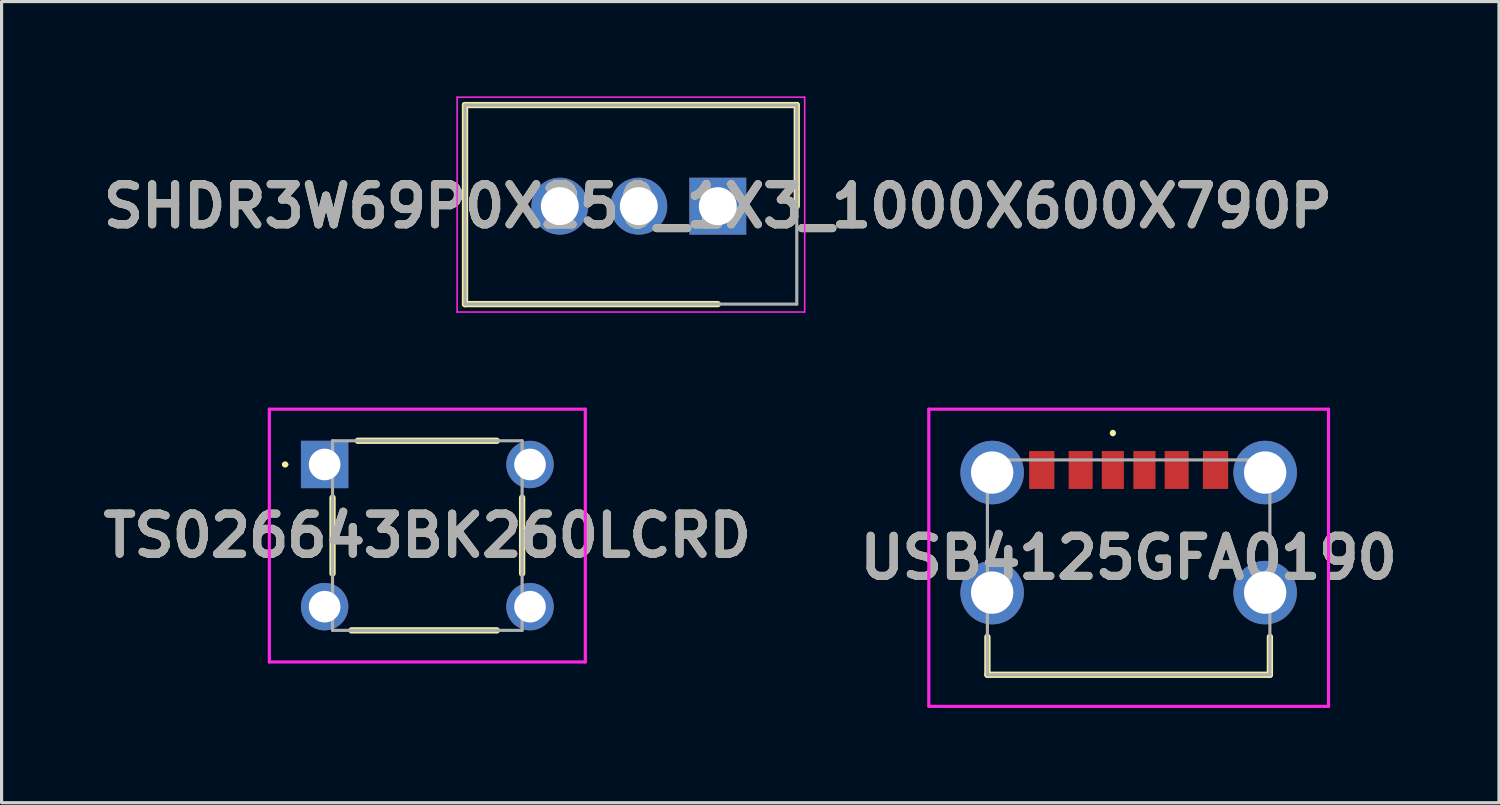
<source format=kicad_pcb>
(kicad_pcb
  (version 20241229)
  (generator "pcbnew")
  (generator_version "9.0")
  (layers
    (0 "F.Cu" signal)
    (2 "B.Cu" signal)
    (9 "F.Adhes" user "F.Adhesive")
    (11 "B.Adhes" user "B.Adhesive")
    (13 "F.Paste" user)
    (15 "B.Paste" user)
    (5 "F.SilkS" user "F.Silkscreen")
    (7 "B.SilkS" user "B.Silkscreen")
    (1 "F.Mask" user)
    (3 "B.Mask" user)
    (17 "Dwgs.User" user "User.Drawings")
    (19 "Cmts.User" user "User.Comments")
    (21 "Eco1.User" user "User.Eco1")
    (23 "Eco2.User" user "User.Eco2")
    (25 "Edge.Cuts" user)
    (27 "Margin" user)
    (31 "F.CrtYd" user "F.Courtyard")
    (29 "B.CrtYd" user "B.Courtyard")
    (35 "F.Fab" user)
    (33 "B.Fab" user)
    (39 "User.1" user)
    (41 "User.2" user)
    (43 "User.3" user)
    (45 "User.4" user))
  (footprint "TS026643BK260LCRD"
    (layer "F.Cu")
    (at 7.224 11.65)
    (property "Reference" "TS026643BK260LCRD" (at 3.25 2.25 0) (layer "F.SilkS") (effects (font (size 1.27 1.27) (thickness 0.254))))
    (attr through_hole)
    (fp_line (start -1.3 0) (end -1.3 0) (stroke (width 0.1) (type solid)) (layer "F.SilkS"))
    (fp_line (start -1.2 0) (end -1.2 0) (stroke (width 0.1) (type solid)) (layer "F.SilkS"))
    (fp_line (start 0.25 1.05) (end 0.25 3.45) (stroke (width 0.2) (type solid)) (layer "F.SilkS"))
    (fp_line (start 0.85 5.25) (end 5.45 5.25) (stroke (width 0.2) (type solid)) (layer "F.SilkS"))
    (fp_line (start 1.05 -0.75) (end 5.45 -0.75) (stroke (width 0.2) (type solid)) (layer "F.SilkS"))
    (fp_line (start 6.25 1.05) (end 6.25 3.45) (stroke (width 0.2) (type solid)) (layer "F.SilkS"))
    (fp_arc (start -1.3 0) (mid -1.25 -0.05) (end -1.2 0) (stroke (width 0.1) (type solid)) (layer "F.SilkS"))
    (fp_arc (start -1.2 0) (mid -1.25 0.05) (end -1.3 0) (stroke (width 0.1) (type solid)) (layer "F.SilkS"))
    (fp_line (start -1.75 -1.75) (end 8.25 -1.75) (stroke (width 0.1) (type solid)) (layer "F.CrtYd"))
    (fp_line (start -1.75 6.25) (end -1.75 -1.75) (stroke (width 0.1) (type solid)) (layer "F.CrtYd"))
    (fp_line (start 8.25 -1.75) (end 8.25 6.25) (stroke (width 0.1) (type solid)) (layer "F.CrtYd"))
    (fp_line (start 8.25 6.25) (end -1.75 6.25) (stroke (width 0.1) (type solid)) (layer "F.CrtYd"))
    (fp_line (start 0.25 -0.75) (end 6.25 -0.75) (stroke (width 0.1) (type solid)) (layer "F.Fab"))
    (fp_line (start 0.25 5.25) (end 0.25 -0.75) (stroke (width 0.1) (type solid)) (layer "F.Fab"))
    (fp_line (start 6.25 -0.75) (end 6.25 5.25) (stroke (width 0.1) (type solid)) (layer "F.Fab"))
    (fp_line (start 6.25 5.25) (end 0.25 5.25) (stroke (width 0.1) (type solid)) (layer "F.Fab"))
    (fp_text user "${REFERENCE}" (at 3.25 2.25 0) (layer "F.Fab") (effects (font (size 1.27 1.27) (thickness 0.254))))
    (pad "1" thru_hole rect (at 0 0) (size 1.5 1.5) (drill 1) (layers "*.Cu" "*.Mask"))
    (pad "2" thru_hole circle (at 6.5 0) (size 1.5 1.5) (drill 1) (layers "*.Cu" "*.Mask"))
    (pad "3" thru_hole circle (at 0 4.5) (size 1.5 1.5) (drill 1) (layers "*.Cu" "*.Mask"))
    (pad "4" thru_hole circle (at 6.5 4.5) (size 1.5 1.5) (drill 1) (layers "*.Cu" "*.Mask")))
  (footprint "USB4125GFA0190"
    (layer "F.Cu")
    (at 32.67 14.905)
    (property "Reference" "USB4125GFA0190" (at 0 -0.303 0) (layer "F.SilkS") (effects (font (size 1.27 1.27) (thickness 0.254))))
    (attr through_hole)
    (fp_line (start -4.47 2.2) (end -4.47 3.4) (stroke (width 0.2) (type solid)) (layer "F.SilkS"))
    (fp_line (start -4.47 3.4) (end 4.47 3.4) (stroke (width 0.2) (type solid)) (layer "F.SilkS"))
    (fp_line (start -0.5 -4.3) (end -0.5 -4.3) (stroke (width 0.1) (type solid)) (layer "F.SilkS"))
    (fp_line (start -0.5 -4.2) (end -0.5 -4.2) (stroke (width 0.1) (type solid)) (layer "F.SilkS"))
    (fp_line (start 4.47 3.4) (end 4.47 2.2) (stroke (width 0.2) (type solid)) (layer "F.SilkS"))
    (fp_arc (start -0.5 -4.3) (mid -0.45 -4.25) (end -0.5 -4.2) (stroke (width 0.1) (type solid)) (layer "F.SilkS"))
    (fp_arc (start -0.5 -4.2) (mid -0.55 -4.25) (end -0.5 -4.3) (stroke (width 0.1) (type solid)) (layer "F.SilkS"))
    (fp_line (start -6.325 -5.005) (end 6.325 -5.005) (stroke (width 0.1) (type solid)) (layer "F.CrtYd"))
    (fp_line (start -6.325 4.4) (end -6.325 -5.005) (stroke (width 0.1) (type solid)) (layer "F.CrtYd"))
    (fp_line (start 6.325 -5.005) (end 6.325 4.4) (stroke (width 0.1) (type solid)) (layer "F.CrtYd"))
    (fp_line (start 6.325 4.4) (end -6.325 4.4) (stroke (width 0.1) (type solid)) (layer "F.CrtYd"))
    (fp_line (start -4.47 -3.4) (end 4.47 -3.4) (stroke (width 0.1) (type solid)) (layer "F.Fab"))
    (fp_line (start -4.47 3.4) (end -4.47 -3.4) (stroke (width 0.1) (type solid)) (layer "F.Fab"))
    (fp_line (start 4.47 -3.4) (end 4.47 3.4) (stroke (width 0.1) (type solid)) (layer "F.Fab"))
    (fp_line (start 4.47 3.4) (end -4.47 3.4) (stroke (width 0.1) (type solid)) (layer "F.Fab"))
    (fp_text user "${REFERENCE}" (at 0 -0.303 0) (layer "F.Fab") (effects (font (size 1.27 1.27) (thickness 0.254))))
    (pad "A5" smd rect (at -0.5 -3.08) (size 0.7 1.2) (layers "F.Cu" "F.Mask" "F.Paste"))
    (pad "A9" smd rect (at 1.52 -3.08) (size 0.76 1.2) (layers "F.Cu" "F.Mask" "F.Paste"))
    (pad "A12" smd rect (at 2.75 -3.08) (size 0.8 1.2) (layers "F.Cu" "F.Mask" "F.Paste"))
    (pad "B5" smd rect (at 0.5 -3.08) (size 0.7 1.2) (layers "F.Cu" "F.Mask" "F.Paste"))
    (pad "B9" smd rect (at -1.52 -3.08) (size 0.76 1.2) (layers "F.Cu" "F.Mask" "F.Paste"))
    (pad "B12" smd rect (at -2.75 -3.08) (size 0.8 1.2) (layers "F.Cu" "F.Mask" "F.Paste"))
    (pad "MH1" thru_hole circle (at -4.32 -3) (size 2.01 2.01) (drill 1.34) (layers "*.Cu" "*.Mask"))
    (pad "MH2" thru_hole circle (at -4.32 0.8) (size 2.01 2.01) (drill 1.34) (layers "*.Cu" "*.Mask"))
    (pad "MH3" thru_hole circle (at 4.32 0.8) (size 2.01 2.01) (drill 1.34) (layers "*.Cu" "*.Mask"))
    (pad "MH4" thru_hole circle (at 4.32 -3) (size 2.01 2.01) (drill 1.34) (layers "*.Cu" "*.Mask")))
  (footprint "SHDR3W69P0X250_1X3_1000X600X790P"
    (layer "F.Cu")
    (at 19.667 3.475)
    (property "Reference" "SHDR3W69P0X250_1X3_1000X600X790P" (at 0 0 0) (layer "F.SilkS") (effects (font (size 1.27 1.27) (thickness 0.254))))
    (attr through_hole)
    (fp_line (start -8 -3.2) (end 2.5 -3.2) (stroke (width 0.2) (type solid)) (layer "F.SilkS"))
    (fp_line (start -8 3.1) (end -8 -3.2) (stroke (width 0.2) (type solid)) (layer "F.SilkS"))
    (fp_line (start 0 3.1) (end -8 3.1) (stroke (width 0.2) (type solid)) (layer "F.SilkS"))
    (fp_line (start 2.5 -3.2) (end 2.5 0) (stroke (width 0.2) (type solid)) (layer "F.SilkS"))
    (fp_line (start -8.25 -3.45) (end 2.75 -3.45) (stroke (width 0.05) (type solid)) (layer "F.CrtYd"))
    (fp_line (start -8.25 3.35) (end -8.25 -3.45) (stroke (width 0.05) (type solid)) (layer "F.CrtYd"))
    (fp_line (start 2.75 -3.45) (end 2.75 3.35) (stroke (width 0.05) (type solid)) (layer "F.CrtYd"))
    (fp_line (start 2.75 3.35) (end -8.25 3.35) (stroke (width 0.05) (type solid)) (layer "F.CrtYd"))
    (fp_line (start -8 -3.2) (end 2.5 -3.2) (stroke (width 0.1) (type solid)) (layer "F.Fab"))
    (fp_line (start -8 3.1) (end -8 -3.2) (stroke (width 0.1) (type solid)) (layer "F.Fab"))
    (fp_line (start 2.5 -3.2) (end 2.5 3.1) (stroke (width 0.1) (type solid)) (layer "F.Fab"))
    (fp_line (start 2.5 3.1) (end -8 3.1) (stroke (width 0.1) (type solid)) (layer "F.Fab"))
    (fp_text user "${REFERENCE}" (at 0 0 0) (layer "F.Fab") (effects (font (size 1.27 1.27) (thickness 0.254))))
    (pad "1" thru_hole rect (at 0 0) (size 1.8 1.8) (drill 1.2) (layers "*.Cu" "*.Mask"))
    (pad "2" thru_hole circle (at -2.5 0) (size 1.8 1.8) (drill 1.2) (layers "*.Cu" "*.Mask"))
    (pad "3" thru_hole circle (at -5 0) (size 1.8 1.8) (drill 1.2) (layers "*.Cu" "*.Mask")))
  (gr_rect
    (start -3 -3)
    (end 44.39 22.355)
    (stroke (width 0.1) (type default))
    (fill no)
    (layer "Edge.Cuts")))
</source>
